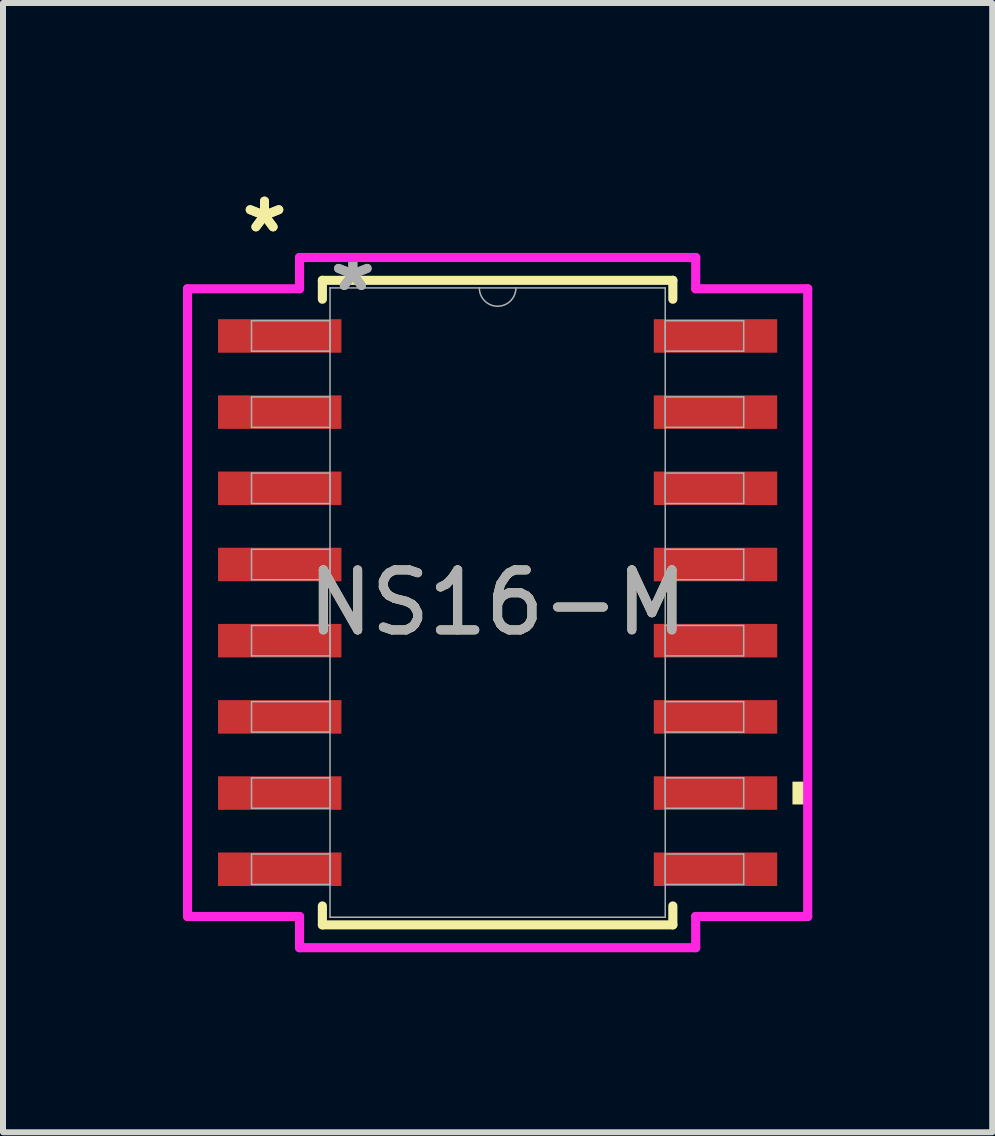
<source format=kicad_pcb>
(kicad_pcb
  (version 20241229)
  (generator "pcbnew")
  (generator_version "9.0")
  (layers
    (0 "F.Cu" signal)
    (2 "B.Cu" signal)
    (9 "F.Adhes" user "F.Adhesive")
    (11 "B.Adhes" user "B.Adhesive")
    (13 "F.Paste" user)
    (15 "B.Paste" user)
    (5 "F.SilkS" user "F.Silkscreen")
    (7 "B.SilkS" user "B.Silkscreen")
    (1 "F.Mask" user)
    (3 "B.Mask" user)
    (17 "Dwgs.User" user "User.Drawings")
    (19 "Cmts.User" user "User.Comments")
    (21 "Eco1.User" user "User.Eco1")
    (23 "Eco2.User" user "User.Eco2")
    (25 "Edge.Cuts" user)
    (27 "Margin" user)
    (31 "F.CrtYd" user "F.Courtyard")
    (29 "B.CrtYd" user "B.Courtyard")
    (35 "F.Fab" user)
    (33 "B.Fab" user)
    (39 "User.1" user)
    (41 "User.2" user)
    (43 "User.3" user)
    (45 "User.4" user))
  (footprint "NS16-M"
    (layer "F.Cu")
    (at 5.245 6.995)
    (property "Reference" "NS16-M" (at 0 0 0) (unlocked yes) (layer "F.SilkS") (effects (font (size 1 1) (thickness 0.15))))
    (attr smd)
    (fp_line (start -2.921 -5.372) (end -2.921 -5.057) (stroke (width 0.152) (type solid)) (layer "F.SilkS"))
    (fp_line (start -2.921 5.057) (end -2.921 5.372) (stroke (width 0.152) (type solid)) (layer "F.SilkS"))
    (fp_line (start -2.921 5.372) (end 2.921 5.372) (stroke (width 0.152) (type solid)) (layer "F.SilkS"))
    (fp_line (start 2.921 -5.372) (end -2.921 -5.372) (stroke (width 0.152) (type solid)) (layer "F.SilkS"))
    (fp_line (start 2.921 -5.057) (end 2.921 -5.372) (stroke (width 0.152) (type solid)) (layer "F.SilkS"))
    (fp_line (start 2.921 5.372) (end 2.921 5.057) (stroke (width 0.152) (type solid)) (layer "F.SilkS"))
    (fp_poly (pts (xy 5.169 2.985) (xy 5.169 3.365) (xy 4.915 3.365) (xy 4.915 2.985)) (stroke (width 0) (type solid)) (fill yes) (layer "F.SilkS"))
    (fp_line (start -5.169 -5.232) (end -3.302 -5.232) (stroke (width 0.152) (type solid)) (layer "F.CrtYd"))
    (fp_line (start -5.169 5.232) (end -5.169 -5.232) (stroke (width 0.152) (type solid)) (layer "F.CrtYd"))
    (fp_line (start -5.169 5.232) (end -3.302 5.232) (stroke (width 0.152) (type solid)) (layer "F.CrtYd"))
    (fp_line (start -3.302 -5.753) (end 3.302 -5.753) (stroke (width 0.152) (type solid)) (layer "F.CrtYd"))
    (fp_line (start -3.302 -5.232) (end -3.302 -5.753) (stroke (width 0.152) (type solid)) (layer "F.CrtYd"))
    (fp_line (start -3.302 5.753) (end -3.302 5.232) (stroke (width 0.152) (type solid)) (layer "F.CrtYd"))
    (fp_line (start 3.302 -5.753) (end 3.302 -5.232) (stroke (width 0.152) (type solid)) (layer "F.CrtYd"))
    (fp_line (start 3.302 5.232) (end 3.302 5.753) (stroke (width 0.152) (type solid)) (layer "F.CrtYd"))
    (fp_line (start 3.302 5.753) (end -3.302 5.753) (stroke (width 0.152) (type solid)) (layer "F.CrtYd"))
    (fp_line (start 5.169 -5.232) (end 3.302 -5.232) (stroke (width 0.152) (type solid)) (layer "F.CrtYd"))
    (fp_line (start 5.169 -5.232) (end 5.169 5.232) (stroke (width 0.152) (type solid)) (layer "F.CrtYd"))
    (fp_line (start 5.169 5.232) (end 3.302 5.232) (stroke (width 0.152) (type solid)) (layer "F.CrtYd"))
    (fp_line (start -4.102 -4.699) (end -4.102 -4.191) (stroke (width 0.025) (type solid)) (layer "F.Fab"))
    (fp_line (start -4.102 -4.191) (end -2.794 -4.191) (stroke (width 0.025) (type solid)) (layer "F.Fab"))
    (fp_line (start -4.102 -3.429) (end -4.102 -2.921) (stroke (width 0.025) (type solid)) (layer "F.Fab"))
    (fp_line (start -4.102 -2.921) (end -2.794 -2.921) (stroke (width 0.025) (type solid)) (layer "F.Fab"))
    (fp_line (start -4.102 -2.159) (end -4.102 -1.651) (stroke (width 0.025) (type solid)) (layer "F.Fab"))
    (fp_line (start -4.102 -1.651) (end -2.794 -1.651) (stroke (width 0.025) (type solid)) (layer "F.Fab"))
    (fp_line (start -4.102 -0.889) (end -4.102 -0.381) (stroke (width 0.025) (type solid)) (layer "F.Fab"))
    (fp_line (start -4.102 -0.381) (end -2.794 -0.381) (stroke (width 0.025) (type solid)) (layer "F.Fab"))
    (fp_line (start -4.102 0.381) (end -4.102 0.889) (stroke (width 0.025) (type solid)) (layer "F.Fab"))
    (fp_line (start -4.102 0.889) (end -2.794 0.889) (stroke (width 0.025) (type solid)) (layer "F.Fab"))
    (fp_line (start -4.102 1.651) (end -4.102 2.159) (stroke (width 0.025) (type solid)) (layer "F.Fab"))
    (fp_line (start -4.102 2.159) (end -2.794 2.159) (stroke (width 0.025) (type solid)) (layer "F.Fab"))
    (fp_line (start -4.102 2.921) (end -4.102 3.429) (stroke (width 0.025) (type solid)) (layer "F.Fab"))
    (fp_line (start -4.102 3.429) (end -2.794 3.429) (stroke (width 0.025) (type solid)) (layer "F.Fab"))
    (fp_line (start -4.102 4.191) (end -4.102 4.699) (stroke (width 0.025) (type solid)) (layer "F.Fab"))
    (fp_line (start -4.102 4.699) (end -2.794 4.699) (stroke (width 0.025) (type solid)) (layer "F.Fab"))
    (fp_line (start -2.794 -5.245) (end -2.794 5.245) (stroke (width 0.025) (type solid)) (layer "F.Fab"))
    (fp_line (start -2.794 -4.699) (end -4.102 -4.699) (stroke (width 0.025) (type solid)) (layer "F.Fab"))
    (fp_line (start -2.794 -4.191) (end -2.794 -4.699) (stroke (width 0.025) (type solid)) (layer "F.Fab"))
    (fp_line (start -2.794 -3.429) (end -4.102 -3.429) (stroke (width 0.025) (type solid)) (layer "F.Fab"))
    (fp_line (start -2.794 -2.921) (end -2.794 -3.429) (stroke (width 0.025) (type solid)) (layer "F.Fab"))
    (fp_line (start -2.794 -2.159) (end -4.102 -2.159) (stroke (width 0.025) (type solid)) (layer "F.Fab"))
    (fp_line (start -2.794 -1.651) (end -2.794 -2.159) (stroke (width 0.025) (type solid)) (layer "F.Fab"))
    (fp_line (start -2.794 -0.889) (end -4.102 -0.889) (stroke (width 0.025) (type solid)) (layer "F.Fab"))
    (fp_line (start -2.794 -0.381) (end -2.794 -0.889) (stroke (width 0.025) (type solid)) (layer "F.Fab"))
    (fp_line (start -2.794 0.381) (end -4.102 0.381) (stroke (width 0.025) (type solid)) (layer "F.Fab"))
    (fp_line (start -2.794 0.889) (end -2.794 0.381) (stroke (width 0.025) (type solid)) (layer "F.Fab"))
    (fp_line (start -2.794 1.651) (end -4.102 1.651) (stroke (width 0.025) (type solid)) (layer "F.Fab"))
    (fp_line (start -2.794 2.159) (end -2.794 1.651) (stroke (width 0.025) (type solid)) (layer "F.Fab"))
    (fp_line (start -2.794 2.921) (end -4.102 2.921) (stroke (width 0.025) (type solid)) (layer "F.Fab"))
    (fp_line (start -2.794 3.429) (end -2.794 2.921) (stroke (width 0.025) (type solid)) (layer "F.Fab"))
    (fp_line (start -2.794 4.191) (end -4.102 4.191) (stroke (width 0.025) (type solid)) (layer "F.Fab"))
    (fp_line (start -2.794 4.699) (end -2.794 4.191) (stroke (width 0.025) (type solid)) (layer "F.Fab"))
    (fp_line (start -2.794 5.245) (end 2.794 5.245) (stroke (width 0.025) (type solid)) (layer "F.Fab"))
    (fp_line (start 2.794 -5.245) (end -2.794 -5.245) (stroke (width 0.025) (type solid)) (layer "F.Fab"))
    (fp_line (start 2.794 -4.699) (end 2.794 -4.191) (stroke (width 0.025) (type solid)) (layer "F.Fab"))
    (fp_line (start 2.794 -4.191) (end 4.102 -4.191) (stroke (width 0.025) (type solid)) (layer "F.Fab"))
    (fp_line (start 2.794 -3.429) (end 2.794 -2.921) (stroke (width 0.025) (type solid)) (layer "F.Fab"))
    (fp_line (start 2.794 -2.921) (end 4.102 -2.921) (stroke (width 0.025) (type solid)) (layer "F.Fab"))
    (fp_line (start 2.794 -2.159) (end 2.794 -1.651) (stroke (width 0.025) (type solid)) (layer "F.Fab"))
    (fp_line (start 2.794 -1.651) (end 4.102 -1.651) (stroke (width 0.025) (type solid)) (layer "F.Fab"))
    (fp_line (start 2.794 -0.889) (end 2.794 -0.381) (stroke (width 0.025) (type solid)) (layer "F.Fab"))
    (fp_line (start 2.794 -0.381) (end 4.102 -0.381) (stroke (width 0.025) (type solid)) (layer "F.Fab"))
    (fp_line (start 2.794 0.381) (end 2.794 0.889) (stroke (width 0.025) (type solid)) (layer "F.Fab"))
    (fp_line (start 2.794 0.889) (end 4.102 0.889) (stroke (width 0.025) (type solid)) (layer "F.Fab"))
    (fp_line (start 2.794 1.651) (end 2.794 2.159) (stroke (width 0.025) (type solid)) (layer "F.Fab"))
    (fp_line (start 2.794 2.159) (end 4.102 2.159) (stroke (width 0.025) (type solid)) (layer "F.Fab"))
    (fp_line (start 2.794 2.921) (end 2.794 3.429) (stroke (width 0.025) (type solid)) (layer "F.Fab"))
    (fp_line (start 2.794 3.429) (end 4.102 3.429) (stroke (width 0.025) (type solid)) (layer "F.Fab"))
    (fp_line (start 2.794 4.191) (end 2.794 4.699) (stroke (width 0.025) (type solid)) (layer "F.Fab"))
    (fp_line (start 2.794 4.699) (end 4.102 4.699) (stroke (width 0.025) (type solid)) (layer "F.Fab"))
    (fp_line (start 2.794 5.245) (end 2.794 -5.245) (stroke (width 0.025) (type solid)) (layer "F.Fab"))
    (fp_line (start 4.102 -4.699) (end 2.794 -4.699) (stroke (width 0.025) (type solid)) (layer "F.Fab"))
    (fp_line (start 4.102 -4.191) (end 4.102 -4.699) (stroke (width 0.025) (type solid)) (layer "F.Fab"))
    (fp_line (start 4.102 -3.429) (end 2.794 -3.429) (stroke (width 0.025) (type solid)) (layer "F.Fab"))
    (fp_line (start 4.102 -2.921) (end 4.102 -3.429) (stroke (width 0.025) (type solid)) (layer "F.Fab"))
    (fp_line (start 4.102 -2.159) (end 2.794 -2.159) (stroke (width 0.025) (type solid)) (layer "F.Fab"))
    (fp_line (start 4.102 -1.651) (end 4.102 -2.159) (stroke (width 0.025) (type solid)) (layer "F.Fab"))
    (fp_line (start 4.102 -0.889) (end 2.794 -0.889) (stroke (width 0.025) (type solid)) (layer "F.Fab"))
    (fp_line (start 4.102 -0.381) (end 4.102 -0.889) (stroke (width 0.025) (type solid)) (layer "F.Fab"))
    (fp_line (start 4.102 0.381) (end 2.794 0.381) (stroke (width 0.025) (type solid)) (layer "F.Fab"))
    (fp_line (start 4.102 0.889) (end 4.102 0.381) (stroke (width 0.025) (type solid)) (layer "F.Fab"))
    (fp_line (start 4.102 1.651) (end 2.794 1.651) (stroke (width 0.025) (type solid)) (layer "F.Fab"))
    (fp_line (start 4.102 2.159) (end 4.102 1.651) (stroke (width 0.025) (type solid)) (layer "F.Fab"))
    (fp_line (start 4.102 2.921) (end 2.794 2.921) (stroke (width 0.025) (type solid)) (layer "F.Fab"))
    (fp_line (start 4.102 3.429) (end 4.102 2.921) (stroke (width 0.025) (type solid)) (layer "F.Fab"))
    (fp_line (start 4.102 4.191) (end 2.794 4.191) (stroke (width 0.025) (type solid)) (layer "F.Fab"))
    (fp_line (start 4.102 4.699) (end 4.102 4.191) (stroke (width 0.025) (type solid)) (layer "F.Fab"))
    (fp_arc (start 0.3048 -5.2451) (mid 0 -4.9403) (end -0.3048 -5.2451) (stroke (width 0.0254) (type solid)) (layer "F.Fab"))
    (fp_text user "*" (at -3.886 -6.147 0) (unlocked yes) (layer "F.SilkS") (effects (font (size 1 1) (thickness 0.15))))
    (fp_text user "*" (at -3.886 -6.147 0) (layer "F.SilkS") (effects (font (size 1 1) (thickness 0.15))))
    (fp_text user "*" (at -2.413 -5.169 0) (layer "F.Fab") (effects (font (size 1 1) (thickness 0.15))))
    (fp_text user "${REFERENCE}" (at 0 0 0) (unlocked yes) (layer "F.Fab") (effects (font (size 1 1) (thickness 0.15))))
    (fp_text user "*" (at -2.413 -5.169 0) (unlocked yes) (layer "F.Fab") (effects (font (size 1 1) (thickness 0.15))))
    (pad "1" smd rect (at -3.632 -4.445) (size 2.057 0.559) (layers "F.Cu" "F.Mask" "F.Paste"))
    (pad "2" smd rect (at -3.632 -3.175) (size 2.057 0.559) (layers "F.Cu" "F.Mask" "F.Paste"))
    (pad "3" smd rect (at -3.632 -1.905) (size 2.057 0.559) (layers "F.Cu" "F.Mask" "F.Paste"))
    (pad "4" smd rect (at -3.632 -0.635) (size 2.057 0.559) (layers "F.Cu" "F.Mask" "F.Paste"))
    (pad "5" smd rect (at -3.632 0.635) (size 2.057 0.559) (layers "F.Cu" "F.Mask" "F.Paste"))
    (pad "6" smd rect (at -3.632 1.905) (size 2.057 0.559) (layers "F.Cu" "F.Mask" "F.Paste"))
    (pad "7" smd rect (at -3.632 3.175) (size 2.057 0.559) (layers "F.Cu" "F.Mask" "F.Paste"))
    (pad "8" smd rect (at -3.632 4.445) (size 2.057 0.559) (layers "F.Cu" "F.Mask" "F.Paste"))
    (pad "9" smd rect (at 3.632 4.445) (size 2.057 0.559) (layers "F.Cu" "F.Mask" "F.Paste"))
    (pad "10" smd rect (at 3.632 3.175) (size 2.057 0.559) (layers "F.Cu" "F.Mask" "F.Paste"))
    (pad "11" smd rect (at 3.632 1.905) (size 2.057 0.559) (layers "F.Cu" "F.Mask" "F.Paste"))
    (pad "12" smd rect (at 3.632 0.635) (size 2.057 0.559) (layers "F.Cu" "F.Mask" "F.Paste"))
    (pad "13" smd rect (at 3.632 -0.635) (size 2.057 0.559) (layers "F.Cu" "F.Mask" "F.Paste"))
    (pad "14" smd rect (at 3.632 -1.905) (size 2.057 0.559) (layers "F.Cu" "F.Mask" "F.Paste"))
    (pad "15" smd rect (at 3.632 -3.175) (size 2.057 0.559) (layers "F.Cu" "F.Mask" "F.Paste"))
    (pad "16" smd rect (at 3.632 -4.445) (size 2.057 0.559) (layers "F.Cu" "F.Mask" "F.Paste")))
  (gr_rect
    (start -3 -3)
    (end 13.49 15.824)
    (stroke (width 0.1) (type default))
    (fill no)
    (layer "Edge.Cuts")))
</source>
